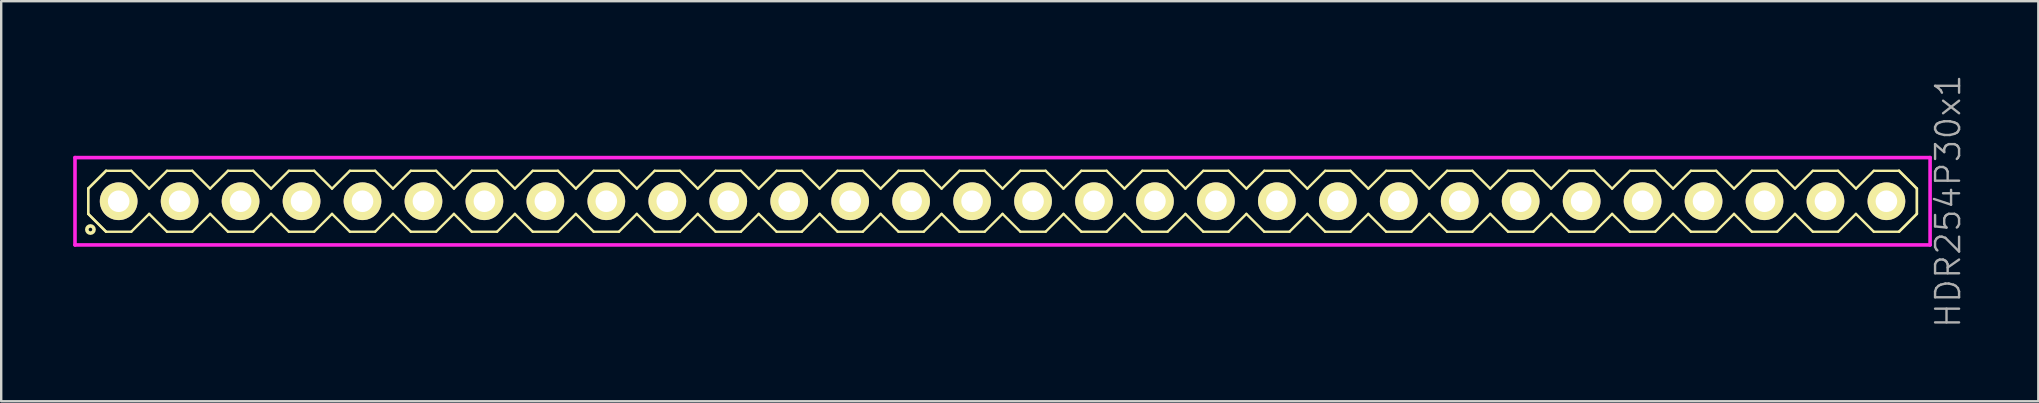
<source format=kicad_pcb>
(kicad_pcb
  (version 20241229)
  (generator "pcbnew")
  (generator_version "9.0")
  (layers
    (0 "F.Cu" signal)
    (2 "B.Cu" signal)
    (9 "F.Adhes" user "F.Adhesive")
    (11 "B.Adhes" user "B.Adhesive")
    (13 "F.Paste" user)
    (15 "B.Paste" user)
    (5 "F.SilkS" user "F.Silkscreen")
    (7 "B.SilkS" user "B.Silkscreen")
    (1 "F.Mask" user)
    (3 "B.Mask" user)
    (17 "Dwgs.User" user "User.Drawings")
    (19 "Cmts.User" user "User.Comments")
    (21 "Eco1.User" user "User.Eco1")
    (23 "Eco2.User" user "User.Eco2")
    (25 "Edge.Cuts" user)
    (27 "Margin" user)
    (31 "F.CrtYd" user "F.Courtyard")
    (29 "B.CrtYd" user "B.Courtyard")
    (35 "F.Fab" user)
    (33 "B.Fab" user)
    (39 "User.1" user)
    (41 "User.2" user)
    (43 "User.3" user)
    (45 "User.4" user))
  (footprint "HDR254P30x1"
    (layer "F.Cu")
    (at 38.725 5.336)
    (property "Reference" "HDR254P30x1" (at 39.4 0 90) (layer "F.Fab") (effects (font (size 1 1) (thickness 0.1))))
    (attr through_hole)
    (fp_line (start -38.1 -0.526) (end -37.356 -1.27) (stroke (width 0.1) (type solid)) (layer "F.SilkS"))
    (fp_line (start -38.1 -0.526) (end -37.356 -1.27) (stroke (width 0.1) (type solid)) (layer "F.SilkS"))
    (fp_line (start -38.1 0.526) (end -38.1 -0.526) (stroke (width 0.1) (type solid)) (layer "F.SilkS"))
    (fp_line (start -38.1 0.526) (end -38.1 -0.526) (stroke (width 0.1) (type solid)) (layer "F.SilkS"))
    (fp_line (start -37.356 -1.27) (end -36.304 -1.27) (stroke (width 0.1) (type solid)) (layer "F.SilkS"))
    (fp_line (start -37.356 1.27) (end -38.1 0.526) (stroke (width 0.1) (type solid)) (layer "F.SilkS"))
    (fp_line (start -37.356 1.27) (end -38.1 0.526) (stroke (width 0.1) (type solid)) (layer "F.SilkS"))
    (fp_line (start -36.304 -1.27) (end -35.56 -0.526) (stroke (width 0.1) (type solid)) (layer "F.SilkS"))
    (fp_line (start -36.304 1.27) (end -37.356 1.27) (stroke (width 0.1) (type solid)) (layer "F.SilkS"))
    (fp_line (start -35.56 -0.526) (end -34.816 -1.27) (stroke (width 0.1) (type solid)) (layer "F.SilkS"))
    (fp_line (start -35.56 0.526) (end -36.304 1.27) (stroke (width 0.1) (type solid)) (layer "F.SilkS"))
    (fp_line (start -34.816 -1.27) (end -33.764 -1.27) (stroke (width 0.1) (type solid)) (layer "F.SilkS"))
    (fp_line (start -34.816 1.27) (end -35.56 0.526) (stroke (width 0.1) (type solid)) (layer "F.SilkS"))
    (fp_line (start -33.764 -1.27) (end -33.02 -0.526) (stroke (width 0.1) (type solid)) (layer "F.SilkS"))
    (fp_line (start -33.764 1.27) (end -34.816 1.27) (stroke (width 0.1) (type solid)) (layer "F.SilkS"))
    (fp_line (start -33.02 -0.526) (end -32.276 -1.27) (stroke (width 0.1) (type solid)) (layer "F.SilkS"))
    (fp_line (start -33.02 0.526) (end -33.764 1.27) (stroke (width 0.1) (type solid)) (layer "F.SilkS"))
    (fp_line (start -32.276 -1.27) (end -31.224 -1.27) (stroke (width 0.1) (type solid)) (layer "F.SilkS"))
    (fp_line (start -32.276 1.27) (end -33.02 0.526) (stroke (width 0.1) (type solid)) (layer "F.SilkS"))
    (fp_line (start -31.224 -1.27) (end -30.48 -0.526) (stroke (width 0.1) (type solid)) (layer "F.SilkS"))
    (fp_line (start -31.224 1.27) (end -32.276 1.27) (stroke (width 0.1) (type solid)) (layer "F.SilkS"))
    (fp_line (start -30.48 -0.526) (end -29.736 -1.27) (stroke (width 0.1) (type solid)) (layer "F.SilkS"))
    (fp_line (start -30.48 0.526) (end -31.224 1.27) (stroke (width 0.1) (type solid)) (layer "F.SilkS"))
    (fp_line (start -29.736 -1.27) (end -28.684 -1.27) (stroke (width 0.1) (type solid)) (layer "F.SilkS"))
    (fp_line (start -29.736 1.27) (end -30.48 0.526) (stroke (width 0.1) (type solid)) (layer "F.SilkS"))
    (fp_line (start -28.684 -1.27) (end -27.94 -0.526) (stroke (width 0.1) (type solid)) (layer "F.SilkS"))
    (fp_line (start -28.684 1.27) (end -29.736 1.27) (stroke (width 0.1) (type solid)) (layer "F.SilkS"))
    (fp_line (start -27.94 -0.526) (end -27.196 -1.27) (stroke (width 0.1) (type solid)) (layer "F.SilkS"))
    (fp_line (start -27.94 0.526) (end -28.684 1.27) (stroke (width 0.1) (type solid)) (layer "F.SilkS"))
    (fp_line (start -27.196 -1.27) (end -26.144 -1.27) (stroke (width 0.1) (type solid)) (layer "F.SilkS"))
    (fp_line (start -27.196 1.27) (end -27.94 0.526) (stroke (width 0.1) (type solid)) (layer "F.SilkS"))
    (fp_line (start -26.144 -1.27) (end -25.4 -0.526) (stroke (width 0.1) (type solid)) (layer "F.SilkS"))
    (fp_line (start -26.144 1.27) (end -27.196 1.27) (stroke (width 0.1) (type solid)) (layer "F.SilkS"))
    (fp_line (start -25.4 -0.526) (end -24.656 -1.27) (stroke (width 0.1) (type solid)) (layer "F.SilkS"))
    (fp_line (start -25.4 0.526) (end -26.144 1.27) (stroke (width 0.1) (type solid)) (layer "F.SilkS"))
    (fp_line (start -24.656 -1.27) (end -23.604 -1.27) (stroke (width 0.1) (type solid)) (layer "F.SilkS"))
    (fp_line (start -24.656 1.27) (end -25.4 0.526) (stroke (width 0.1) (type solid)) (layer "F.SilkS"))
    (fp_line (start -23.604 -1.27) (end -22.86 -0.526) (stroke (width 0.1) (type solid)) (layer "F.SilkS"))
    (fp_line (start -23.604 1.27) (end -24.656 1.27) (stroke (width 0.1) (type solid)) (layer "F.SilkS"))
    (fp_line (start -22.86 -0.526) (end -22.116 -1.27) (stroke (width 0.1) (type solid)) (layer "F.SilkS"))
    (fp_line (start -22.86 0.526) (end -23.604 1.27) (stroke (width 0.1) (type solid)) (layer "F.SilkS"))
    (fp_line (start -22.116 -1.27) (end -21.064 -1.27) (stroke (width 0.1) (type solid)) (layer "F.SilkS"))
    (fp_line (start -22.116 1.27) (end -22.86 0.526) (stroke (width 0.1) (type solid)) (layer "F.SilkS"))
    (fp_line (start -21.064 -1.27) (end -20.32 -0.526) (stroke (width 0.1) (type solid)) (layer "F.SilkS"))
    (fp_line (start -21.064 1.27) (end -22.116 1.27) (stroke (width 0.1) (type solid)) (layer "F.SilkS"))
    (fp_line (start -20.32 -0.526) (end -19.576 -1.27) (stroke (width 0.1) (type solid)) (layer "F.SilkS"))
    (fp_line (start -20.32 0.526) (end -21.064 1.27) (stroke (width 0.1) (type solid)) (layer "F.SilkS"))
    (fp_line (start -19.576 -1.27) (end -18.524 -1.27) (stroke (width 0.1) (type solid)) (layer "F.SilkS"))
    (fp_line (start -19.576 1.27) (end -20.32 0.526) (stroke (width 0.1) (type solid)) (layer "F.SilkS"))
    (fp_line (start -18.524 -1.27) (end -17.78 -0.526) (stroke (width 0.1) (type solid)) (layer "F.SilkS"))
    (fp_line (start -18.524 1.27) (end -19.576 1.27) (stroke (width 0.1) (type solid)) (layer "F.SilkS"))
    (fp_line (start -17.78 -0.526) (end -17.036 -1.27) (stroke (width 0.1) (type solid)) (layer "F.SilkS"))
    (fp_line (start -17.78 0.526) (end -18.524 1.27) (stroke (width 0.1) (type solid)) (layer "F.SilkS"))
    (fp_line (start -17.036 -1.27) (end -15.984 -1.27) (stroke (width 0.1) (type solid)) (layer "F.SilkS"))
    (fp_line (start -17.036 1.27) (end -17.78 0.526) (stroke (width 0.1) (type solid)) (layer "F.SilkS"))
    (fp_line (start -15.984 -1.27) (end -15.24 -0.526) (stroke (width 0.1) (type solid)) (layer "F.SilkS"))
    (fp_line (start -15.984 1.27) (end -17.036 1.27) (stroke (width 0.1) (type solid)) (layer "F.SilkS"))
    (fp_line (start -15.24 -0.526) (end -14.496 -1.27) (stroke (width 0.1) (type solid)) (layer "F.SilkS"))
    (fp_line (start -15.24 0.526) (end -15.984 1.27) (stroke (width 0.1) (type solid)) (layer "F.SilkS"))
    (fp_line (start -14.496 -1.27) (end -13.444 -1.27) (stroke (width 0.1) (type solid)) (layer "F.SilkS"))
    (fp_line (start -14.496 1.27) (end -15.24 0.526) (stroke (width 0.1) (type solid)) (layer "F.SilkS"))
    (fp_line (start -13.444 -1.27) (end -12.7 -0.526) (stroke (width 0.1) (type solid)) (layer "F.SilkS"))
    (fp_line (start -13.444 1.27) (end -14.496 1.27) (stroke (width 0.1) (type solid)) (layer "F.SilkS"))
    (fp_line (start -12.7 -0.526) (end -11.956 -1.27) (stroke (width 0.1) (type solid)) (layer "F.SilkS"))
    (fp_line (start -12.7 0.526) (end -13.444 1.27) (stroke (width 0.1) (type solid)) (layer "F.SilkS"))
    (fp_line (start -11.956 -1.27) (end -10.904 -1.27) (stroke (width 0.1) (type solid)) (layer "F.SilkS"))
    (fp_line (start -11.956 1.27) (end -12.7 0.526) (stroke (width 0.1) (type solid)) (layer "F.SilkS"))
    (fp_line (start -10.904 -1.27) (end -10.16 -0.526) (stroke (width 0.1) (type solid)) (layer "F.SilkS"))
    (fp_line (start -10.904 1.27) (end -11.956 1.27) (stroke (width 0.1) (type solid)) (layer "F.SilkS"))
    (fp_line (start -10.16 -0.526) (end -9.416 -1.27) (stroke (width 0.1) (type solid)) (layer "F.SilkS"))
    (fp_line (start -10.16 0.526) (end -10.904 1.27) (stroke (width 0.1) (type solid)) (layer "F.SilkS"))
    (fp_line (start -9.416 -1.27) (end -8.364 -1.27) (stroke (width 0.1) (type solid)) (layer "F.SilkS"))
    (fp_line (start -9.416 1.27) (end -10.16 0.526) (stroke (width 0.1) (type solid)) (layer "F.SilkS"))
    (fp_line (start -8.364 -1.27) (end -7.62 -0.526) (stroke (width 0.1) (type solid)) (layer "F.SilkS"))
    (fp_line (start -8.364 1.27) (end -9.416 1.27) (stroke (width 0.1) (type solid)) (layer "F.SilkS"))
    (fp_line (start -7.62 -0.526) (end -6.876 -1.27) (stroke (width 0.1) (type solid)) (layer "F.SilkS"))
    (fp_line (start -7.62 0.526) (end -8.364 1.27) (stroke (width 0.1) (type solid)) (layer "F.SilkS"))
    (fp_line (start -6.876 -1.27) (end -5.824 -1.27) (stroke (width 0.1) (type solid)) (layer "F.SilkS"))
    (fp_line (start -6.876 1.27) (end -7.62 0.526) (stroke (width 0.1) (type solid)) (layer "F.SilkS"))
    (fp_line (start -5.824 -1.27) (end -5.08 -0.526) (stroke (width 0.1) (type solid)) (layer "F.SilkS"))
    (fp_line (start -5.824 1.27) (end -6.876 1.27) (stroke (width 0.1) (type solid)) (layer "F.SilkS"))
    (fp_line (start -5.08 -0.526) (end -4.336 -1.27) (stroke (width 0.1) (type solid)) (layer "F.SilkS"))
    (fp_line (start -5.08 0.526) (end -5.824 1.27) (stroke (width 0.1) (type solid)) (layer "F.SilkS"))
    (fp_line (start -4.336 -1.27) (end -3.284 -1.27) (stroke (width 0.1) (type solid)) (layer "F.SilkS"))
    (fp_line (start -4.336 1.27) (end -5.08 0.526) (stroke (width 0.1) (type solid)) (layer "F.SilkS"))
    (fp_line (start -3.284 -1.27) (end -2.54 -0.526) (stroke (width 0.1) (type solid)) (layer "F.SilkS"))
    (fp_line (start -3.284 1.27) (end -4.336 1.27) (stroke (width 0.1) (type solid)) (layer "F.SilkS"))
    (fp_line (start -2.54 -0.526) (end -1.796 -1.27) (stroke (width 0.1) (type solid)) (layer "F.SilkS"))
    (fp_line (start -2.54 0.526) (end -3.284 1.27) (stroke (width 0.1) (type solid)) (layer "F.SilkS"))
    (fp_line (start -1.796 -1.27) (end -0.744 -1.27) (stroke (width 0.1) (type solid)) (layer "F.SilkS"))
    (fp_line (start -1.796 1.27) (end -2.54 0.526) (stroke (width 0.1) (type solid)) (layer "F.SilkS"))
    (fp_line (start -0.744 -1.27) (end 0 -0.526) (stroke (width 0.1) (type solid)) (layer "F.SilkS"))
    (fp_line (start -0.744 1.27) (end -1.796 1.27) (stroke (width 0.1) (type solid)) (layer "F.SilkS"))
    (fp_line (start 0 -0.526) (end 0.744 -1.27) (stroke (width 0.1) (type solid)) (layer "F.SilkS"))
    (fp_line (start 0 0.526) (end -0.744 1.27) (stroke (width 0.1) (type solid)) (layer "F.SilkS"))
    (fp_line (start 0.744 -1.27) (end 1.796 -1.27) (stroke (width 0.1) (type solid)) (layer "F.SilkS"))
    (fp_line (start 0.744 1.27) (end 0 0.526) (stroke (width 0.1) (type solid)) (layer "F.SilkS"))
    (fp_line (start 1.796 -1.27) (end 2.54 -0.526) (stroke (width 0.1) (type solid)) (layer "F.SilkS"))
    (fp_line (start 1.796 1.27) (end 0.744 1.27) (stroke (width 0.1) (type solid)) (layer "F.SilkS"))
    (fp_line (start 2.54 -0.526) (end 3.284 -1.27) (stroke (width 0.1) (type solid)) (layer "F.SilkS"))
    (fp_line (start 2.54 0.526) (end 1.796 1.27) (stroke (width 0.1) (type solid)) (layer "F.SilkS"))
    (fp_line (start 3.284 -1.27) (end 4.336 -1.27) (stroke (width 0.1) (type solid)) (layer "F.SilkS"))
    (fp_line (start 3.284 1.27) (end 2.54 0.526) (stroke (width 0.1) (type solid)) (layer "F.SilkS"))
    (fp_line (start 4.336 -1.27) (end 5.08 -0.526) (stroke (width 0.1) (type solid)) (layer "F.SilkS"))
    (fp_line (start 4.336 1.27) (end 3.284 1.27) (stroke (width 0.1) (type solid)) (layer "F.SilkS"))
    (fp_line (start 5.08 -0.526) (end 5.824 -1.27) (stroke (width 0.1) (type solid)) (layer "F.SilkS"))
    (fp_line (start 5.08 0.526) (end 4.336 1.27) (stroke (width 0.1) (type solid)) (layer "F.SilkS"))
    (fp_line (start 5.824 -1.27) (end 6.876 -1.27) (stroke (width 0.1) (type solid)) (layer "F.SilkS"))
    (fp_line (start 5.824 1.27) (end 5.08 0.526) (stroke (width 0.1) (type solid)) (layer "F.SilkS"))
    (fp_line (start 6.876 -1.27) (end 7.62 -0.526) (stroke (width 0.1) (type solid)) (layer "F.SilkS"))
    (fp_line (start 6.876 1.27) (end 5.824 1.27) (stroke (width 0.1) (type solid)) (layer "F.SilkS"))
    (fp_line (start 7.62 -0.526) (end 8.364 -1.27) (stroke (width 0.1) (type solid)) (layer "F.SilkS"))
    (fp_line (start 7.62 0.526) (end 6.876 1.27) (stroke (width 0.1) (type solid)) (layer "F.SilkS"))
    (fp_line (start 8.364 -1.27) (end 9.416 -1.27) (stroke (width 0.1) (type solid)) (layer "F.SilkS"))
    (fp_line (start 8.364 1.27) (end 7.62 0.526) (stroke (width 0.1) (type solid)) (layer "F.SilkS"))
    (fp_line (start 9.416 -1.27) (end 10.16 -0.526) (stroke (width 0.1) (type solid)) (layer "F.SilkS"))
    (fp_line (start 9.416 1.27) (end 8.364 1.27) (stroke (width 0.1) (type solid)) (layer "F.SilkS"))
    (fp_line (start 10.16 -0.526) (end 10.904 -1.27) (stroke (width 0.1) (type solid)) (layer "F.SilkS"))
    (fp_line (start 10.16 0.526) (end 9.416 1.27) (stroke (width 0.1) (type solid)) (layer "F.SilkS"))
    (fp_line (start 10.904 -1.27) (end 11.956 -1.27) (stroke (width 0.1) (type solid)) (layer "F.SilkS"))
    (fp_line (start 10.904 1.27) (end 10.16 0.526) (stroke (width 0.1) (type solid)) (layer "F.SilkS"))
    (fp_line (start 11.956 -1.27) (end 12.7 -0.526) (stroke (width 0.1) (type solid)) (layer "F.SilkS"))
    (fp_line (start 11.956 1.27) (end 10.904 1.27) (stroke (width 0.1) (type solid)) (layer "F.SilkS"))
    (fp_line (start 12.7 -0.526) (end 13.444 -1.27) (stroke (width 0.1) (type solid)) (layer "F.SilkS"))
    (fp_line (start 12.7 0.526) (end 11.956 1.27) (stroke (width 0.1) (type solid)) (layer "F.SilkS"))
    (fp_line (start 13.444 -1.27) (end 14.496 -1.27) (stroke (width 0.1) (type solid)) (layer "F.SilkS"))
    (fp_line (start 13.444 1.27) (end 12.7 0.526) (stroke (width 0.1) (type solid)) (layer "F.SilkS"))
    (fp_line (start 14.496 -1.27) (end 15.24 -0.526) (stroke (width 0.1) (type solid)) (layer "F.SilkS"))
    (fp_line (start 14.496 1.27) (end 13.444 1.27) (stroke (width 0.1) (type solid)) (layer "F.SilkS"))
    (fp_line (start 15.24 -0.526) (end 15.984 -1.27) (stroke (width 0.1) (type solid)) (layer "F.SilkS"))
    (fp_line (start 15.24 0.526) (end 14.496 1.27) (stroke (width 0.1) (type solid)) (layer "F.SilkS"))
    (fp_line (start 15.984 -1.27) (end 17.036 -1.27) (stroke (width 0.1) (type solid)) (layer "F.SilkS"))
    (fp_line (start 15.984 1.27) (end 15.24 0.526) (stroke (width 0.1) (type solid)) (layer "F.SilkS"))
    (fp_line (start 17.036 -1.27) (end 17.78 -0.526) (stroke (width 0.1) (type solid)) (layer "F.SilkS"))
    (fp_line (start 17.036 1.27) (end 15.984 1.27) (stroke (width 0.1) (type solid)) (layer "F.SilkS"))
    (fp_line (start 17.78 -0.526) (end 18.524 -1.27) (stroke (width 0.1) (type solid)) (layer "F.SilkS"))
    (fp_line (start 17.78 0.526) (end 17.036 1.27) (stroke (width 0.1) (type solid)) (layer "F.SilkS"))
    (fp_line (start 18.524 -1.27) (end 19.576 -1.27) (stroke (width 0.1) (type solid)) (layer "F.SilkS"))
    (fp_line (start 18.524 1.27) (end 17.78 0.526) (stroke (width 0.1) (type solid)) (layer "F.SilkS"))
    (fp_line (start 19.576 -1.27) (end 20.32 -0.526) (stroke (width 0.1) (type solid)) (layer "F.SilkS"))
    (fp_line (start 19.576 1.27) (end 18.524 1.27) (stroke (width 0.1) (type solid)) (layer "F.SilkS"))
    (fp_line (start 20.32 -0.526) (end 21.064 -1.27) (stroke (width 0.1) (type solid)) (layer "F.SilkS"))
    (fp_line (start 20.32 0.526) (end 19.576 1.27) (stroke (width 0.1) (type solid)) (layer "F.SilkS"))
    (fp_line (start 21.064 -1.27) (end 22.116 -1.27) (stroke (width 0.1) (type solid)) (layer "F.SilkS"))
    (fp_line (start 21.064 1.27) (end 20.32 0.526) (stroke (width 0.1) (type solid)) (layer "F.SilkS"))
    (fp_line (start 22.116 -1.27) (end 22.86 -0.526) (stroke (width 0.1) (type solid)) (layer "F.SilkS"))
    (fp_line (start 22.116 1.27) (end 21.064 1.27) (stroke (width 0.1) (type solid)) (layer "F.SilkS"))
    (fp_line (start 22.86 -0.526) (end 23.604 -1.27) (stroke (width 0.1) (type solid)) (layer "F.SilkS"))
    (fp_line (start 22.86 0.526) (end 22.116 1.27) (stroke (width 0.1) (type solid)) (layer "F.SilkS"))
    (fp_line (start 23.604 -1.27) (end 24.656 -1.27) (stroke (width 0.1) (type solid)) (layer "F.SilkS"))
    (fp_line (start 23.604 1.27) (end 22.86 0.526) (stroke (width 0.1) (type solid)) (layer "F.SilkS"))
    (fp_line (start 24.656 -1.27) (end 25.4 -0.526) (stroke (width 0.1) (type solid)) (layer "F.SilkS"))
    (fp_line (start 24.656 1.27) (end 23.604 1.27) (stroke (width 0.1) (type solid)) (layer "F.SilkS"))
    (fp_line (start 25.4 -0.526) (end 26.144 -1.27) (stroke (width 0.1) (type solid)) (layer "F.SilkS"))
    (fp_line (start 25.4 0.526) (end 24.656 1.27) (stroke (width 0.1) (type solid)) (layer "F.SilkS"))
    (fp_line (start 26.144 -1.27) (end 27.196 -1.27) (stroke (width 0.1) (type solid)) (layer "F.SilkS"))
    (fp_line (start 26.144 1.27) (end 25.4 0.526) (stroke (width 0.1) (type solid)) (layer "F.SilkS"))
    (fp_line (start 27.196 -1.27) (end 27.94 -0.526) (stroke (width 0.1) (type solid)) (layer "F.SilkS"))
    (fp_line (start 27.196 1.27) (end 26.144 1.27) (stroke (width 0.1) (type solid)) (layer "F.SilkS"))
    (fp_line (start 27.94 -0.526) (end 28.684 -1.27) (stroke (width 0.1) (type solid)) (layer "F.SilkS"))
    (fp_line (start 27.94 0.526) (end 27.196 1.27) (stroke (width 0.1) (type solid)) (layer "F.SilkS"))
    (fp_line (start 28.684 -1.27) (end 29.736 -1.27) (stroke (width 0.1) (type solid)) (layer "F.SilkS"))
    (fp_line (start 28.684 1.27) (end 27.94 0.526) (stroke (width 0.1) (type solid)) (layer "F.SilkS"))
    (fp_line (start 29.736 -1.27) (end 30.48 -0.526) (stroke (width 0.1) (type solid)) (layer "F.SilkS"))
    (fp_line (start 29.736 1.27) (end 28.684 1.27) (stroke (width 0.1) (type solid)) (layer "F.SilkS"))
    (fp_line (start 30.48 -0.526) (end 31.224 -1.27) (stroke (width 0.1) (type solid)) (layer "F.SilkS"))
    (fp_line (start 30.48 0.526) (end 29.736 1.27) (stroke (width 0.1) (type solid)) (layer "F.SilkS"))
    (fp_line (start 31.224 -1.27) (end 32.276 -1.27) (stroke (width 0.1) (type solid)) (layer "F.SilkS"))
    (fp_line (start 31.224 1.27) (end 30.48 0.526) (stroke (width 0.1) (type solid)) (layer "F.SilkS"))
    (fp_line (start 32.276 -1.27) (end 33.02 -0.526) (stroke (width 0.1) (type solid)) (layer "F.SilkS"))
    (fp_line (start 32.276 1.27) (end 31.224 1.27) (stroke (width 0.1) (type solid)) (layer "F.SilkS"))
    (fp_line (start 33.02 -0.526) (end 33.764 -1.27) (stroke (width 0.1) (type solid)) (layer "F.SilkS"))
    (fp_line (start 33.02 0.526) (end 32.276 1.27) (stroke (width 0.1) (type solid)) (layer "F.SilkS"))
    (fp_line (start 33.764 -1.27) (end 34.816 -1.27) (stroke (width 0.1) (type solid)) (layer "F.SilkS"))
    (fp_line (start 33.764 1.27) (end 33.02 0.526) (stroke (width 0.1) (type solid)) (layer "F.SilkS"))
    (fp_line (start 34.816 -1.27) (end 35.56 -0.526) (stroke (width 0.1) (type solid)) (layer "F.SilkS"))
    (fp_line (start 34.816 1.27) (end 33.764 1.27) (stroke (width 0.1) (type solid)) (layer "F.SilkS"))
    (fp_line (start 35.56 -0.526) (end 36.304 -1.27) (stroke (width 0.1) (type solid)) (layer "F.SilkS"))
    (fp_line (start 35.56 0.526) (end 34.816 1.27) (stroke (width 0.1) (type solid)) (layer "F.SilkS"))
    (fp_line (start 36.304 -1.27) (end 37.356 -1.27) (stroke (width 0.1) (type solid)) (layer "F.SilkS"))
    (fp_line (start 36.304 1.27) (end 35.56 0.526) (stroke (width 0.1) (type solid)) (layer "F.SilkS"))
    (fp_line (start 37.356 -1.27) (end 38.1 -0.526) (stroke (width 0.1) (type solid)) (layer "F.SilkS"))
    (fp_line (start 37.356 -1.27) (end 38.1 -0.526) (stroke (width 0.1) (type solid)) (layer "F.SilkS"))
    (fp_line (start 37.356 1.27) (end 36.304 1.27) (stroke (width 0.1) (type solid)) (layer "F.SilkS"))
    (fp_line (start 38.1 -0.526) (end 38.1 0.526) (stroke (width 0.1) (type solid)) (layer "F.SilkS"))
    (fp_line (start 38.1 -0.526) (end 38.1 0.526) (stroke (width 0.1) (type solid)) (layer "F.SilkS"))
    (fp_line (start 38.1 0.526) (end 37.356 1.27) (stroke (width 0.1) (type solid)) (layer "F.SilkS"))
    (fp_line (start 38.1 0.526) (end 37.356 1.27) (stroke (width 0.1) (type solid)) (layer "F.SilkS"))
    (fp_circle (center -38.007 1.178) (end -37.857 1.178) (stroke (width 0.15) (type solid)) (fill no) (layer "F.SilkS"))
    (fp_line (start -38.65 -1.82) (end -38.65 1.82) (stroke (width 0.15) (type solid)) (layer "F.CrtYd"))
    (fp_line (start -38.65 1.82) (end 38.65 1.82) (stroke (width 0.15) (type solid)) (layer "F.CrtYd"))
    (fp_line (start 38.65 -1.82) (end -38.65 -1.82) (stroke (width 0.15) (type solid)) (layer "F.CrtYd"))
    (fp_line (start 38.65 1.82) (end 38.65 -1.82) (stroke (width 0.15) (type solid)) (layer "F.CrtYd"))
    (pad "1" thru_hole oval (at -36.83 0) (size 1.57 1.57) (drill 0.9) (layers "*.Cu" "*.Mask" "F.SilkS"))
    (pad "2" thru_hole oval (at -34.29 0) (size 1.57 1.57) (drill 0.9) (layers "*.Cu" "*.Mask" "F.SilkS"))
    (pad "3" thru_hole oval (at -31.75 0) (size 1.57 1.57) (drill 0.9) (layers "*.Cu" "*.Mask" "F.SilkS"))
    (pad "4" thru_hole oval (at -29.21 0) (size 1.57 1.57) (drill 0.9) (layers "*.Cu" "*.Mask" "F.SilkS"))
    (pad "5" thru_hole oval (at -26.67 0) (size 1.57 1.57) (drill 0.9) (layers "*.Cu" "*.Mask" "F.SilkS"))
    (pad "6" thru_hole oval (at -24.13 0) (size 1.57 1.57) (drill 0.9) (layers "*.Cu" "*.Mask" "F.SilkS"))
    (pad "7" thru_hole oval (at -21.59 0) (size 1.57 1.57) (drill 0.9) (layers "*.Cu" "*.Mask" "F.SilkS"))
    (pad "8" thru_hole oval (at -19.05 0) (size 1.57 1.57) (drill 0.9) (layers "*.Cu" "*.Mask" "F.SilkS"))
    (pad "9" thru_hole oval (at -16.51 0) (size 1.57 1.57) (drill 0.9) (layers "*.Cu" "*.Mask" "F.SilkS"))
    (pad "10" thru_hole oval (at -13.97 0) (size 1.57 1.57) (drill 0.9) (layers "*.Cu" "*.Mask" "F.SilkS"))
    (pad "11" thru_hole oval (at -11.43 0) (size 1.57 1.57) (drill 0.9) (layers "*.Cu" "*.Mask" "F.SilkS"))
    (pad "12" thru_hole oval (at -8.89 0) (size 1.57 1.57) (drill 0.9) (layers "*.Cu" "*.Mask" "F.SilkS"))
    (pad "13" thru_hole oval (at -6.35 0) (size 1.57 1.57) (drill 0.9) (layers "*.Cu" "*.Mask" "F.SilkS"))
    (pad "14" thru_hole oval (at -3.81 0) (size 1.57 1.57) (drill 0.9) (layers "*.Cu" "*.Mask" "F.SilkS"))
    (pad "15" thru_hole oval (at -1.27 0) (size 1.57 1.57) (drill 0.9) (layers "*.Cu" "*.Mask" "F.SilkS"))
    (pad "16" thru_hole oval (at 1.27 0) (size 1.57 1.57) (drill 0.9) (layers "*.Cu" "*.Mask" "F.SilkS"))
    (pad "17" thru_hole oval (at 3.81 0) (size 1.57 1.57) (drill 0.9) (layers "*.Cu" "*.Mask" "F.SilkS"))
    (pad "18" thru_hole oval (at 6.35 0) (size 1.57 1.57) (drill 0.9) (layers "*.Cu" "*.Mask" "F.SilkS"))
    (pad "19" thru_hole oval (at 8.89 0) (size 1.57 1.57) (drill 0.9) (layers "*.Cu" "*.Mask" "F.SilkS"))
    (pad "20" thru_hole oval (at 11.43 0) (size 1.57 1.57) (drill 0.9) (layers "*.Cu" "*.Mask" "F.SilkS"))
    (pad "21" thru_hole oval (at 13.97 0) (size 1.57 1.57) (drill 0.9) (layers "*.Cu" "*.Mask" "F.SilkS"))
    (pad "22" thru_hole oval (at 16.51 0) (size 1.57 1.57) (drill 0.9) (layers "*.Cu" "*.Mask" "F.SilkS"))
    (pad "23" thru_hole oval (at 19.05 0) (size 1.57 1.57) (drill 0.9) (layers "*.Cu" "*.Mask" "F.SilkS"))
    (pad "24" thru_hole oval (at 21.59 0) (size 1.57 1.57) (drill 0.9) (layers "*.Cu" "*.Mask" "F.SilkS"))
    (pad "25" thru_hole oval (at 24.13 0) (size 1.57 1.57) (drill 0.9) (layers "*.Cu" "*.Mask" "F.SilkS"))
    (pad "26" thru_hole oval (at 26.67 0) (size 1.57 1.57) (drill 0.9) (layers "*.Cu" "*.Mask" "F.SilkS"))
    (pad "27" thru_hole oval (at 29.21 0) (size 1.57 1.57) (drill 0.9) (layers "*.Cu" "*.Mask" "F.SilkS"))
    (pad "28" thru_hole oval (at 31.75 0) (size 1.57 1.57) (drill 0.9) (layers "*.Cu" "*.Mask" "F.SilkS"))
    (pad "29" thru_hole oval (at 34.29 0) (size 1.57 1.57) (drill 0.9) (layers "*.Cu" "*.Mask" "F.SilkS"))
    (pad "30" thru_hole oval (at 36.83 0) (size 1.57 1.57) (drill 0.9) (layers "*.Cu" "*.Mask" "F.SilkS")))
  (gr_rect
    (start -3 -3)
    (end 81.885 13.671)
    (stroke (width 0.1) (type default))
    (fill no)
    (layer "Edge.Cuts")))
</source>
